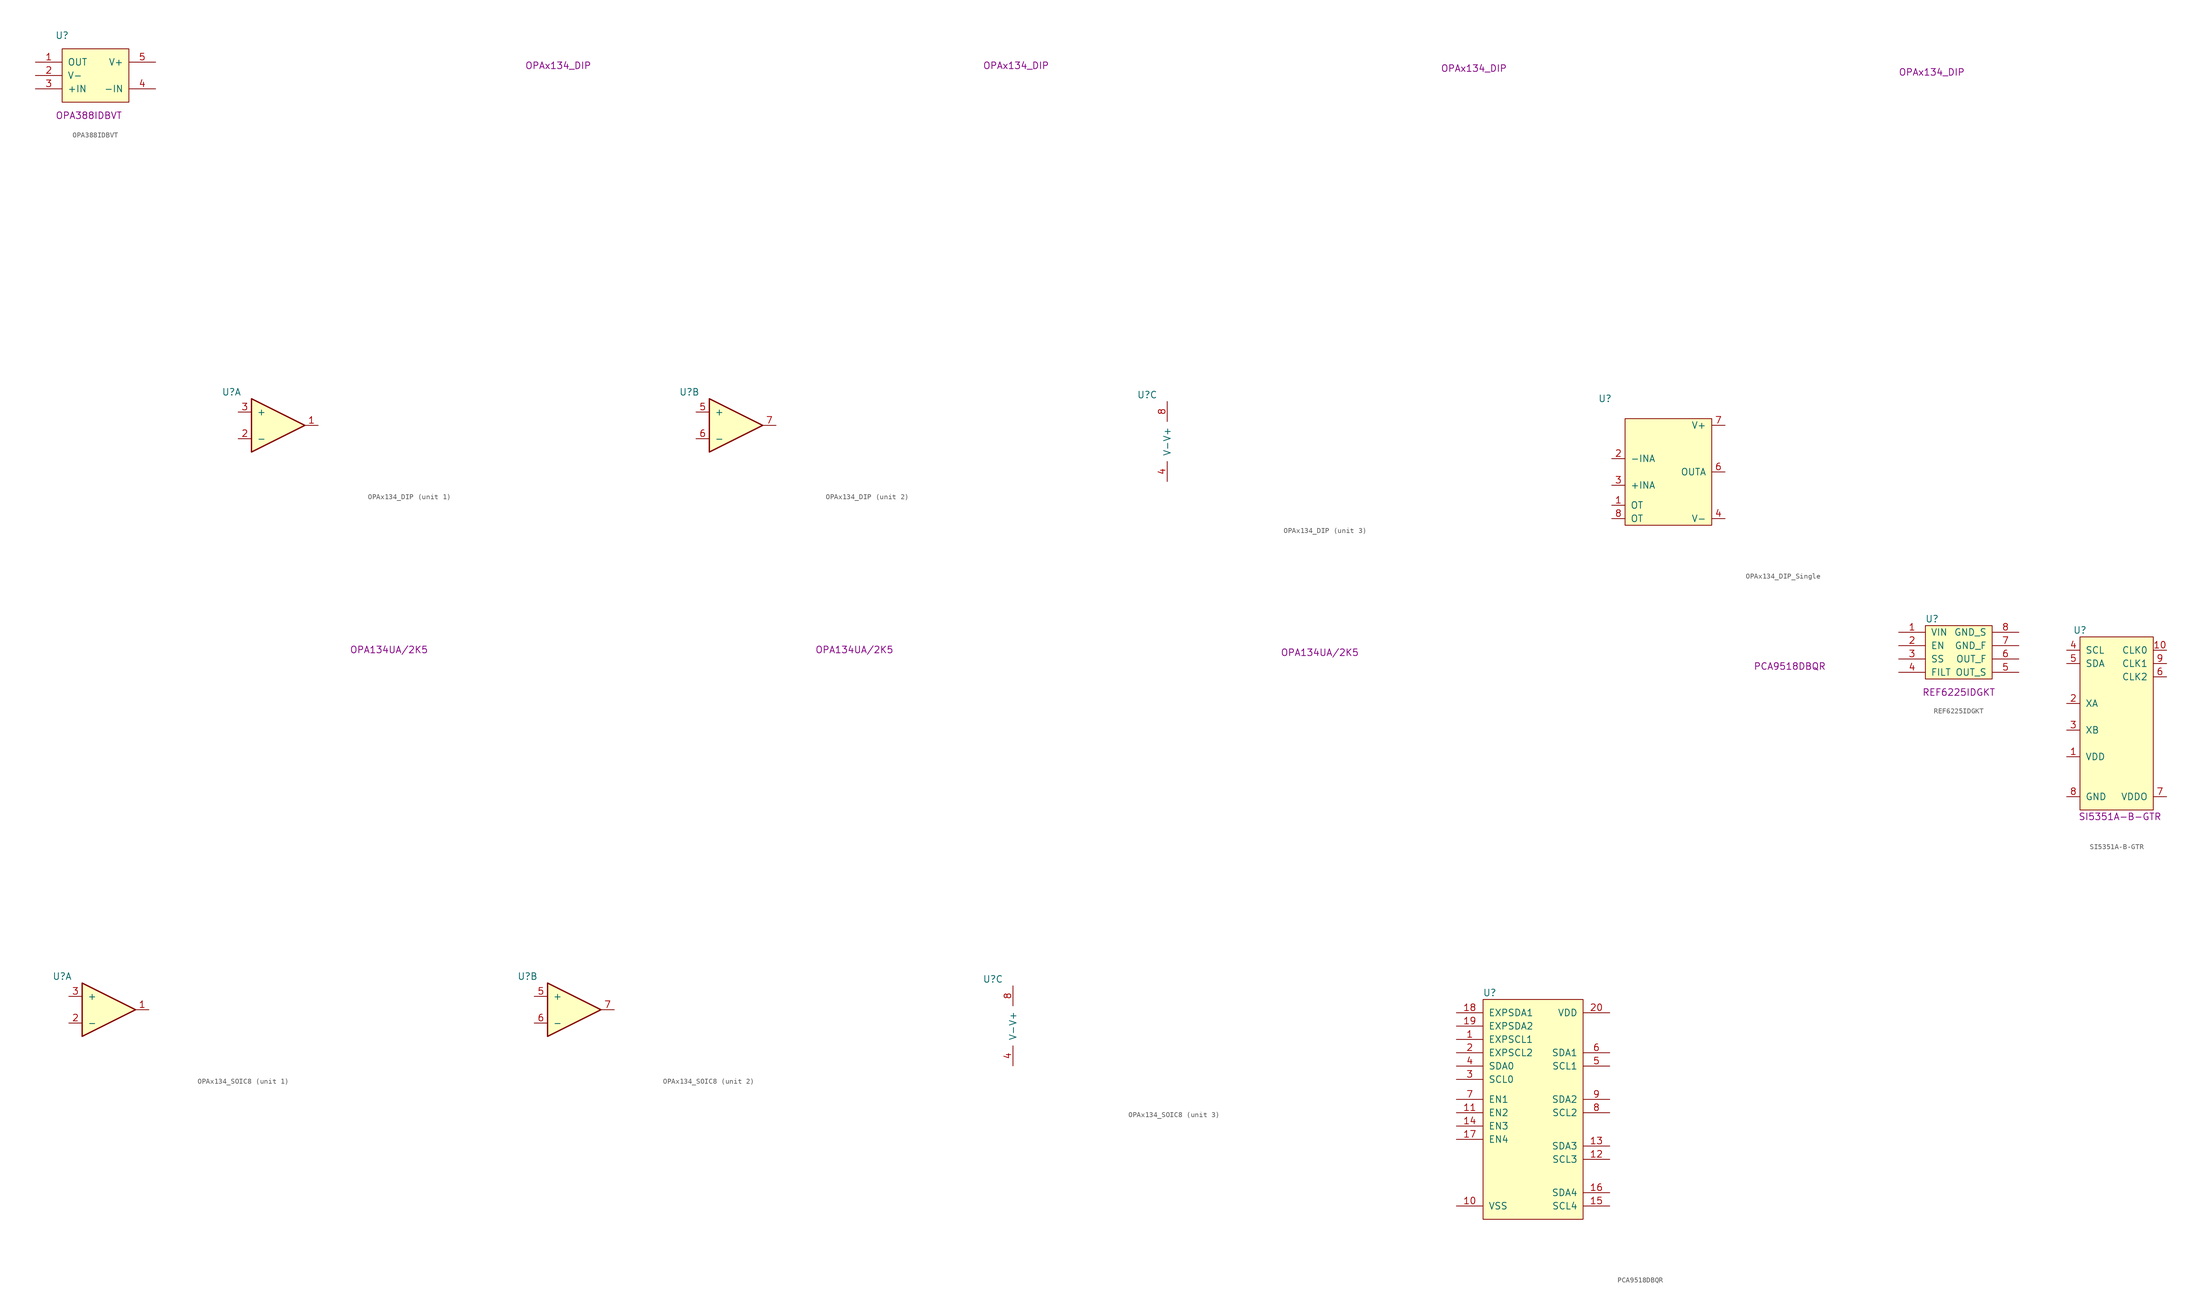
<source format=kicad_sym>
(kicad_symbol_lib
  (version 20220914)
  (generator kicad_symbol_editor)
  (symbol "OPA388IDBVT"
    (pin_names
      (offset 1.016))
    (property "Reference" "U"
      (at 0 2.54 0)
      (effects (font (size 1.27 1.27))))
    (property "_Value_" "OPA388IDBVT"
      (at 5.08 -12.7 0)
      (effects (font (size 1.27 1.27))))
    (symbol "OPA388IDBVT_0_1"
      (rectangle (start 0 0) (end 12.7 -10.16) (stroke (width 0) (type default)) (fill (type background))))
    (symbol "OPA388IDBVT_1_1"
      (pin output line (at -5.08 -2.54 0) (length 5.08) (name "OUT" (effects (font (size 1.27 1.27)))) (number "1" (effects (font (size 1.27 1.27)))))
      (pin power_in line (at -5.08 -5.08 0) (length 5.08) (name "V-" (effects (font (size 1.27 1.27)))) (number "2" (effects (font (size 1.27 1.27)))))
      (pin input line (at -5.08 -7.62 0) (length 5.08) (name "+IN" (effects (font (size 1.27 1.27)))) (number "3" (effects (font (size 1.27 1.27)))))
      (pin input line (at 17.78 -7.62 180) (length 5.08) (name "-IN" (effects (font (size 1.27 1.27)))) (number "4" (effects (font (size 1.27 1.27)))))
      (pin power_in line (at 17.78 -2.54 180) (length 5.08) (name "V+" (effects (font (size 1.27 1.27)))) (number "5" (effects (font (size 1.27 1.27)))))))
  (symbol "OPAx134_DIP"
    (pin_names
      (offset 1.016))
    (property "Reference" "U"
      (at -3.81 1.27 0)
      (effects (font (size 1.27 1.27))))
    (property "_Value_" "OPAx134_DIP"
      (at 58.42 63.5 0)
      (effects (font (size 1.27 1.27))))
    (property "ki_locked" ""
      (at 0 0 0)
      (effects (font (size 1.27 1.27))))
    (symbol "OPAx134_DIP_1_1"
      (polyline (pts (xy 0 0) (xy 10.16 -5.08) (xy 0 -10.16) (xy 0 0)) (stroke (width 0.254) (type default)) (fill (type background)))
      (pin output line (at 12.7 -5.08 180) (length 2.54) (name "~" (effects (font (size 1.27 1.27)))) (number "1" (effects (font (size 1.27 1.27)))))
      (pin input line (at -2.54 -7.62 0) (length 2.54) (name "-" (effects (font (size 1.27 1.27)))) (number "2" (effects (font (size 1.27 1.27)))))
      (pin input line (at -2.54 -2.54 0) (length 2.54) (name "+" (effects (font (size 1.27 1.27)))) (number "3" (effects (font (size 1.27 1.27))))))
    (symbol "OPAx134_DIP_2_1"
      (polyline (pts (xy 0 0) (xy 10.16 -5.08) (xy 0 -10.16) (xy 0 0)) (stroke (width 0.254) (type default)) (fill (type background)))
      (pin input line (at -2.54 -2.54 0) (length 2.54) (name "+" (effects (font (size 1.27 1.27)))) (number "5" (effects (font (size 1.27 1.27)))))
      (pin input line (at -2.54 -7.62 0) (length 2.54) (name "-" (effects (font (size 1.27 1.27)))) (number "6" (effects (font (size 1.27 1.27)))))
      (pin output line (at 12.7 -5.08 180) (length 2.54) (name "~" (effects (font (size 1.27 1.27)))) (number "7" (effects (font (size 1.27 1.27))))))
    (symbol "OPAx134_DIP_3_1"
      (pin power_in line (at 0 -15.24 90) (length 3.81) (name "V-" (effects (font (size 1.27 1.27)))) (number "4" (effects (font (size 1.27 1.27)))))
      (pin power_in line (at 0 0 270) (length 3.81) (name "V+" (effects (font (size 1.27 1.27)))) (number "8" (effects (font (size 1.27 1.27)))))))
  (symbol "OPAx134_DIP_Single"
    (pin_names
      (offset 1.016))
    (property "Reference" "U"
      (at -3.81 1.27 0)
      (effects (font (size 1.27 1.27))))
    (property "_Value_" "OPAx134_DIP"
      (at 58.42 63.5 0)
      (effects (font (size 1.27 1.27))))
    (symbol "OPAx134_DIP_Single_0_1"
      (rectangle (start 0 -2.54) (end 16.51 -22.86) (stroke (width 0) (type default)) (fill (type background))))
    (symbol "OPAx134_DIP_Single_1_1"
      (pin input line (at -2.54 -19.05 0) (length 2.54) (name "OT" (effects (font (size 1.27 1.27)))) (number "1" (effects (font (size 1.27 1.27)))))
      (pin input line (at -2.54 -10.16 0) (length 2.54) (name "-INA" (effects (font (size 1.27 1.27)))) (number "2" (effects (font (size 1.27 1.27)))))
      (pin input line (at -2.54 -15.24 0) (length 2.54) (name "+INA" (effects (font (size 1.27 1.27)))) (number "3" (effects (font (size 1.27 1.27)))))
      (pin input line (at 19.05 -21.59 180) (length 2.54) (name "V-" (effects (font (size 1.27 1.27)))) (number "4" (effects (font (size 1.27 1.27)))))
      (pin input line (at 19.05 -12.7 180) (length 2.54) (name "OUTA" (effects (font (size 1.27 1.27)))) (number "6" (effects (font (size 1.27 1.27)))))
      (pin power_in line (at 19.05 -3.81 180) (length 2.54) (name "V+" (effects (font (size 1.27 1.27)))) (number "7" (effects (font (size 1.27 1.27)))))
      (pin input line (at -2.54 -21.59 0) (length 2.54) (name "OT" (effects (font (size 1.27 1.27)))) (number "8" (effects (font (size 1.27 1.27)))))))
  (symbol "OPAx134_SOIC8"
    (pin_names
      (offset 1.016))
    (property "Reference" "U"
      (at -3.81 1.27 0)
      (effects (font (size 1.27 1.27))))
    (property "_Value_" "OPA134UA/2K5"
      (at 58.42 63.5 0)
      (effects (font (size 1.27 1.27))))
    (property "ki_locked" ""
      (at 0 0 0)
      (effects (font (size 1.27 1.27))))
    (symbol "OPAx134_SOIC8_1_1"
      (polyline (pts (xy 0 0) (xy 10.16 -5.08) (xy 0 -10.16) (xy 0 0)) (stroke (width 0.254) (type default)) (fill (type background)))
      (pin output line (at 12.7 -5.08 180) (length 2.54) (name "~" (effects (font (size 1.27 1.27)))) (number "1" (effects (font (size 1.27 1.27)))))
      (pin input line (at -2.54 -7.62 0) (length 2.54) (name "-" (effects (font (size 1.27 1.27)))) (number "2" (effects (font (size 1.27 1.27)))))
      (pin input line (at -2.54 -2.54 0) (length 2.54) (name "+" (effects (font (size 1.27 1.27)))) (number "3" (effects (font (size 1.27 1.27))))))
    (symbol "OPAx134_SOIC8_2_1"
      (polyline (pts (xy 0 0) (xy 10.16 -5.08) (xy 0 -10.16) (xy 0 0)) (stroke (width 0.254) (type default)) (fill (type background)))
      (pin input line (at -2.54 -2.54 0) (length 2.54) (name "+" (effects (font (size 1.27 1.27)))) (number "5" (effects (font (size 1.27 1.27)))))
      (pin input line (at -2.54 -7.62 0) (length 2.54) (name "-" (effects (font (size 1.27 1.27)))) (number "6" (effects (font (size 1.27 1.27)))))
      (pin output line (at 12.7 -5.08 180) (length 2.54) (name "~" (effects (font (size 1.27 1.27)))) (number "7" (effects (font (size 1.27 1.27))))))
    (symbol "OPAx134_SOIC8_3_1"
      (pin power_in line (at 0 -15.24 90) (length 3.81) (name "V-" (effects (font (size 1.27 1.27)))) (number "4" (effects (font (size 1.27 1.27)))))
      (pin power_in line (at 0 0 270) (length 3.81) (name "V+" (effects (font (size 1.27 1.27)))) (number "8" (effects (font (size 1.27 1.27)))))))
  (symbol "PCA9518DBQR"
    (pin_names
      (offset 1.016))
    (property "Reference" "U"
      (at 1.27 1.27 0)
      (effects (font (size 1.27 1.27))))
    (property "_Value_" "PCA9518DBQR"
      (at 58.42 63.5 0)
      (effects (font (size 1.27 1.27))))
    (symbol "PCA9518DBQR_1_1"
      (rectangle (start 0 0) (end 19.05 -41.91) (stroke (width 0) (type default)) (fill (type background)))
      (pin input line (at -5.08 -7.62 0) (length 5.08) (name "EXPSCL1" (effects (font (size 1.27 1.27)))) (number "1" (effects (font (size 1.27 1.27)))))
      (pin passive line (at -5.08 -39.37 0) (length 5.08) (name "VSS" (effects (font (size 1.27 1.27)))) (number "10" (effects (font (size 1.27 1.27)))))
      (pin input line (at -5.08 -21.59 0) (length 5.08) (name "EN2" (effects (font (size 1.27 1.27)))) (number "11" (effects (font (size 1.27 1.27)))))
      (pin output line (at 24.13 -30.48 180) (length 5.08) (name "SCL3" (effects (font (size 1.27 1.27)))) (number "12" (effects (font (size 1.27 1.27)))))
      (pin bidirectional line (at 24.13 -27.94 180) (length 5.08) (name "SDA3" (effects (font (size 1.27 1.27)))) (number "13" (effects (font (size 1.27 1.27)))))
      (pin input line (at -5.08 -24.13 0) (length 5.08) (name "EN3" (effects (font (size 1.27 1.27)))) (number "14" (effects (font (size 1.27 1.27)))))
      (pin output line (at 24.13 -39.37 180) (length 5.08) (name "SCL4" (effects (font (size 1.27 1.27)))) (number "15" (effects (font (size 1.27 1.27)))))
      (pin bidirectional line (at 24.13 -36.83 180) (length 5.08) (name "SDA4" (effects (font (size 1.27 1.27)))) (number "16" (effects (font (size 1.27 1.27)))))
      (pin input line (at -5.08 -26.67 0) (length 5.08) (name "EN4" (effects (font (size 1.27 1.27)))) (number "17" (effects (font (size 1.27 1.27)))))
      (pin input line (at -5.08 -2.54 0) (length 5.08) (name "EXPSDA1" (effects (font (size 1.27 1.27)))) (number "18" (effects (font (size 1.27 1.27)))))
      (pin input line (at -5.08 -5.08 0) (length 5.08) (name "EXPSDA2" (effects (font (size 1.27 1.27)))) (number "19" (effects (font (size 1.27 1.27)))))
      (pin input line (at -5.08 -10.16 0) (length 5.08) (name "EXPSCL2" (effects (font (size 1.27 1.27)))) (number "2" (effects (font (size 1.27 1.27)))))
      (pin passive line (at 24.13 -2.54 180) (length 5.08) (name "VDD" (effects (font (size 1.27 1.27)))) (number "20" (effects (font (size 1.27 1.27)))))
      (pin input line (at -5.08 -15.24 0) (length 5.08) (name "SCL0" (effects (font (size 1.27 1.27)))) (number "3" (effects (font (size 1.27 1.27)))))
      (pin bidirectional line (at -5.08 -12.7 0) (length 5.08) (name "SDA0" (effects (font (size 1.27 1.27)))) (number "4" (effects (font (size 1.27 1.27)))))
      (pin output line (at 24.13 -12.7 180) (length 5.08) (name "SCL1" (effects (font (size 1.27 1.27)))) (number "5" (effects (font (size 1.27 1.27)))))
      (pin bidirectional line (at 24.13 -10.16 180) (length 5.08) (name "SDA1" (effects (font (size 1.27 1.27)))) (number "6" (effects (font (size 1.27 1.27)))))
      (pin input line (at -5.08 -19.05 0) (length 5.08) (name "EN1" (effects (font (size 1.27 1.27)))) (number "7" (effects (font (size 1.27 1.27)))))
      (pin output line (at 24.13 -21.59 180) (length 5.08) (name "SCL2" (effects (font (size 1.27 1.27)))) (number "8" (effects (font (size 1.27 1.27)))))
      (pin bidirectional line (at 24.13 -19.05 180) (length 5.08) (name "SDA2" (effects (font (size 1.27 1.27)))) (number "9" (effects (font (size 1.27 1.27)))))))
  (symbol "REF6225IDGKT"
    (pin_names
      (offset 1.016))
    (property "Reference" "U"
      (at 1.27 1.27 0)
      (effects (font (size 1.27 1.27))))
    (property "_Value_" "REF6225IDGKT"
      (at 6.35 -12.7 0)
      (effects (font (size 1.27 1.27))))
    (symbol "REF6225IDGKT_0_1"
      (rectangle (start 0 0) (end 12.7 -10.16) (stroke (width 0) (type default)) (fill (type background))))
    (symbol "REF6225IDGKT_1_1"
      (pin power_in line (at -5.08 -1.27 0) (length 5.08) (name "VIN" (effects (font (size 1.27 1.27)))) (number "1" (effects (font (size 1.27 1.27)))))
      (pin input line (at -5.08 -3.81 0) (length 5.08) (name "EN" (effects (font (size 1.27 1.27)))) (number "2" (effects (font (size 1.27 1.27)))))
      (pin input line (at -5.08 -6.35 0) (length 5.08) (name "SS" (effects (font (size 1.27 1.27)))) (number "3" (effects (font (size 1.27 1.27)))))
      (pin input line (at -5.08 -8.89 0) (length 5.08) (name "FILT" (effects (font (size 1.27 1.27)))) (number "4" (effects (font (size 1.27 1.27)))))
      (pin power_out line (at 17.78 -8.89 180) (length 5.08) (name "OUT_S" (effects (font (size 1.27 1.27)))) (number "5" (effects (font (size 1.27 1.27)))))
      (pin power_out line (at 17.78 -6.35 180) (length 5.08) (name "OUT_F" (effects (font (size 1.27 1.27)))) (number "6" (effects (font (size 1.27 1.27)))))
      (pin passive line (at 17.78 -3.81 180) (length 5.08) (name "GND_F" (effects (font (size 1.27 1.27)))) (number "7" (effects (font (size 1.27 1.27)))))
      (pin passive line (at 17.78 -1.27 180) (length 5.08) (name "GND_S" (effects (font (size 1.27 1.27)))) (number "8" (effects (font (size 1.27 1.27)))))))
  (symbol "SI5351A-B-GTR"
    (pin_names
      (offset 1.016))
    (property "Reference" "U"
      (at 0 34.29 0)
      (effects (font (size 1.27 1.27))))
    (property "_Value_" "SI5351A-B-GTR"
      (at 7.62 -1.27 0)
      (effects (font (size 1.27 1.27))))
    (symbol "SI5351A-B-GTR_1_1"
      (rectangle (start 0 33.02) (end 13.97 0) (stroke (width 0) (type default)) (fill (type background)))
      (pin power_in line (at -2.54 10.16 0) (length 2.54) (name "VDD" (effects (font (size 1.27 1.27)))) (number "1" (effects (font (size 1.27 1.27)))))
      (pin output line (at 16.51 30.48 180) (length 2.54) (name "CLK0" (effects (font (size 1.27 1.27)))) (number "10" (effects (font (size 1.27 1.27)))))
      (pin input line (at -2.54 20.32 0) (length 2.54) (name "XA" (effects (font (size 1.27 1.27)))) (number "2" (effects (font (size 1.27 1.27)))))
      (pin input line (at -2.54 15.24 0) (length 2.54) (name "XB" (effects (font (size 1.27 1.27)))) (number "3" (effects (font (size 1.27 1.27)))))
      (pin input line (at -2.54 30.48 0) (length 2.54) (name "SCL" (effects (font (size 1.27 1.27)))) (number "4" (effects (font (size 1.27 1.27)))))
      (pin bidirectional line (at -2.54 27.94 0) (length 2.54) (name "SDA" (effects (font (size 1.27 1.27)))) (number "5" (effects (font (size 1.27 1.27)))))
      (pin output line (at 16.51 25.4 180) (length 2.54) (name "CLK2" (effects (font (size 1.27 1.27)))) (number "6" (effects (font (size 1.27 1.27)))))
      (pin power_in line (at 16.51 2.54 180) (length 2.54) (name "VDDO" (effects (font (size 1.27 1.27)))) (number "7" (effects (font (size 1.27 1.27)))))
      (pin passive line (at -2.54 2.54 0) (length 2.54) (name "GND" (effects (font (size 1.27 1.27)))) (number "8" (effects (font (size 1.27 1.27)))))
      (pin output line (at 16.51 27.94 180) (length 2.54) (name "CLK1" (effects (font (size 1.27 1.27)))) (number "9" (effects (font (size 1.27 1.27))))))))
</source>
